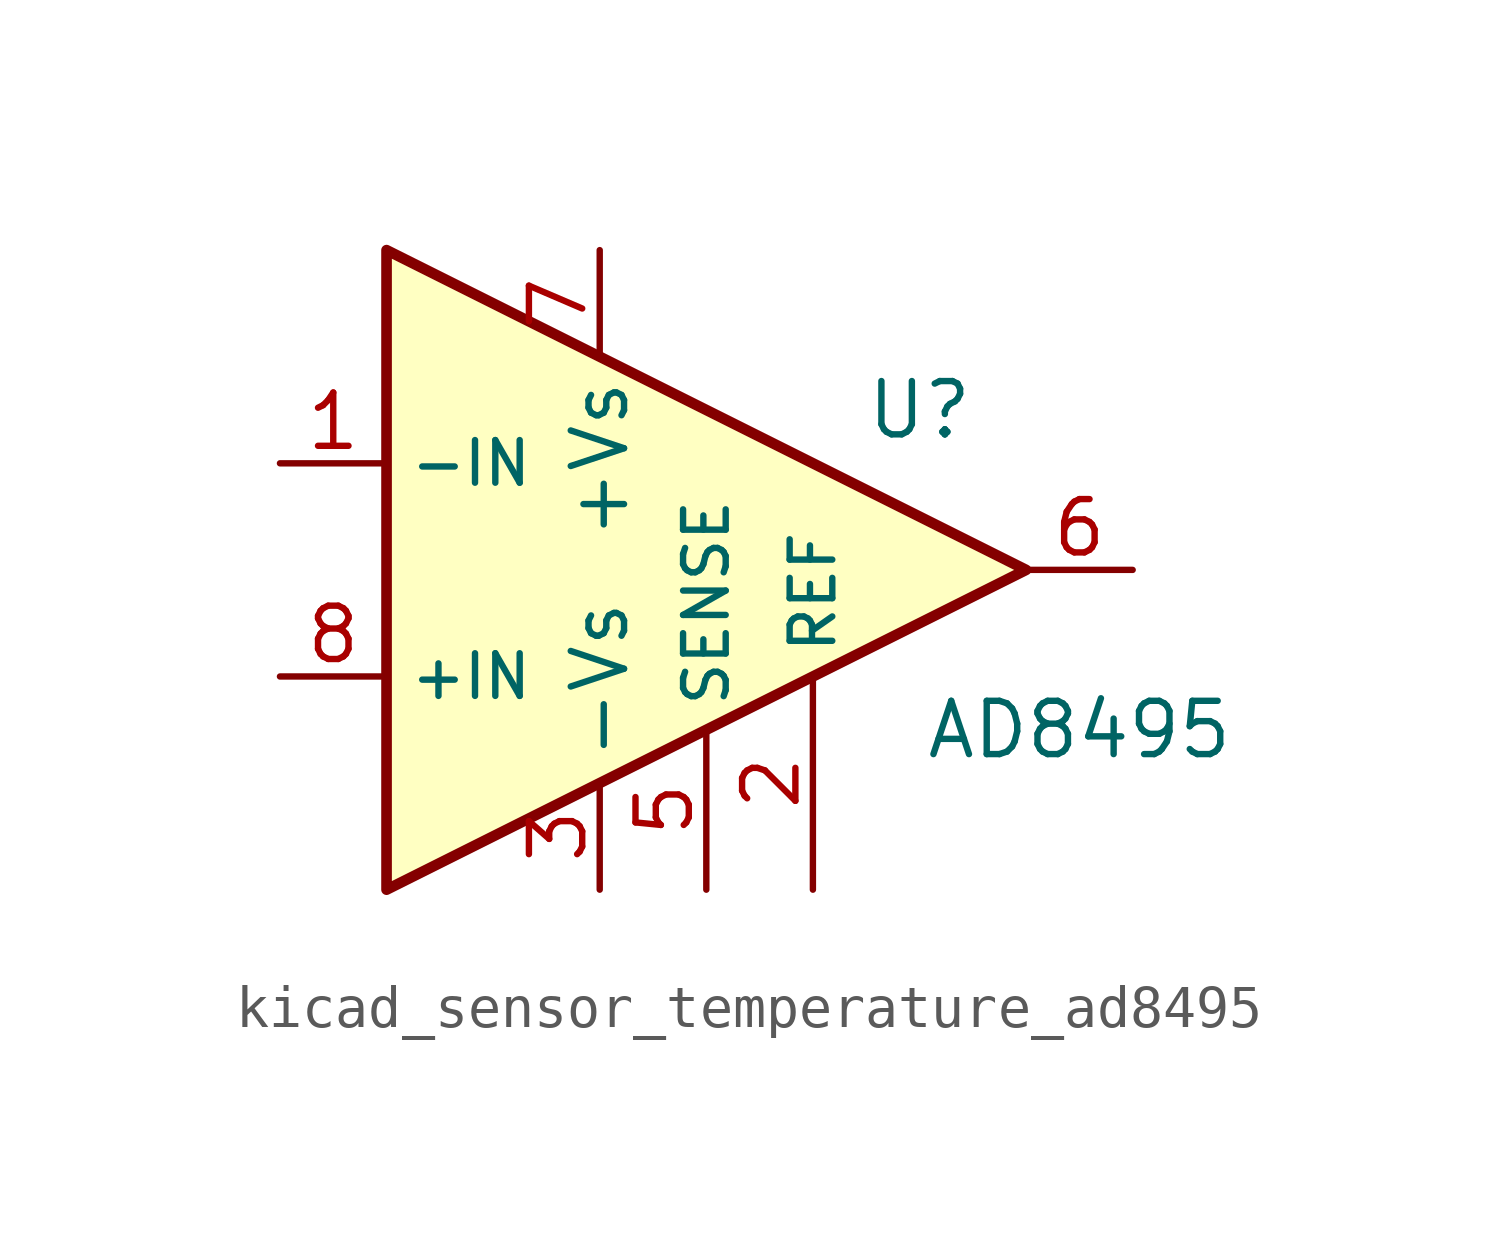
<source format=kicad_sym>
(kicad_symbol_lib
  (version 20220914)
  (generator kicad_symbol_editor)
  (symbol "kicad_sensor_temperature_ad8495"
    (property "Reference" "U"
      (at 5.08 3.81 0)
      (effects (font (size 1.27 1.27))))
    (property "Value" "AD8495"
      (at 8.89 -3.81 0)
      (effects (font (size 1.27 1.27))))
    (symbol "kicad_sensor_temperature_ad8495_0_1"
      (polyline (pts (xy -7.62 7.62) (xy 7.62 0) (xy -7.62 -7.62) (xy -7.62 7.62)) (stroke (width 0.254) (type default)) (fill (type background))))
    (symbol "kicad_sensor_temperature_ad8495_1_1"
      (pin input line (at -10.16 2.54 0) (length 2.54) (name "-IN" (effects (font (size 1.016 1.016)))) (number "1" (effects (font (size 1.27 1.27)))))
      (pin input line (at 2.54 -7.62 90) (length 5.08) (name "REF" (effects (font (size 1.016 1.016)))) (number "2" (effects (font (size 1.27 1.27)))))
      (pin power_in line (at -2.54 -7.62 90) (length 2.54) (name "-Vs" (effects (font (size 1.27 1.27)))) (number "3" (effects (font (size 1.27 1.27)))))
      (pin no_connect line (at -5.08 0 180) (length 2.54) hide (name "NC" (effects (font (size 1.27 1.27)))) (number "4" (effects (font (size 1.27 1.27)))))
      (pin passive line (at 0 -7.62 90) (length 3.81) (name "SENSE" (effects (font (size 1.016 1.016)))) (number "5" (effects (font (size 1.27 1.27)))))
      (pin output line (at 10.16 0 180) (length 2.54) (name "~" (effects (font (size 1.27 1.27)))) (number "6" (effects (font (size 1.27 1.27)))))
      (pin power_in line (at -2.54 7.62 270) (length 2.54) (name "+Vs" (effects (font (size 1.27 1.27)))) (number "7" (effects (font (size 1.27 1.27)))))
      (pin input line (at -10.16 -2.54 0) (length 2.54) (name "+IN" (effects (font (size 1.016 1.016)))) (number "8" (effects (font (size 1.27 1.27))))))))
</source>
